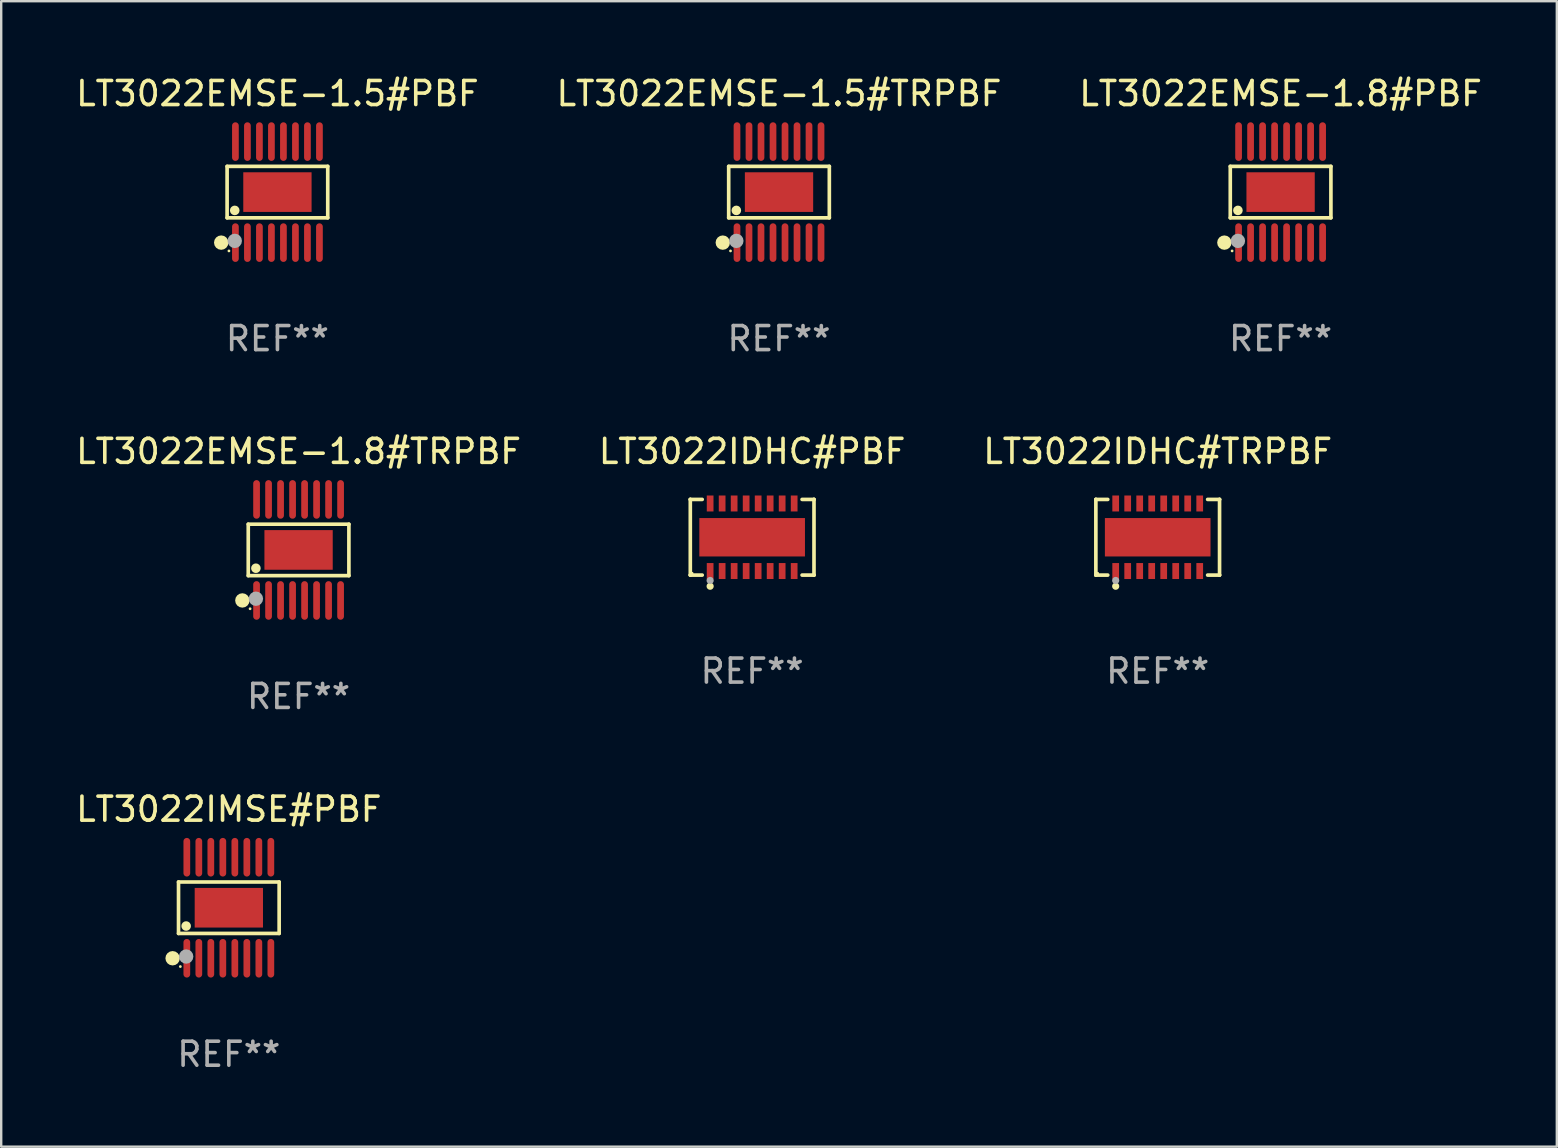
<source format=kicad_pcb>
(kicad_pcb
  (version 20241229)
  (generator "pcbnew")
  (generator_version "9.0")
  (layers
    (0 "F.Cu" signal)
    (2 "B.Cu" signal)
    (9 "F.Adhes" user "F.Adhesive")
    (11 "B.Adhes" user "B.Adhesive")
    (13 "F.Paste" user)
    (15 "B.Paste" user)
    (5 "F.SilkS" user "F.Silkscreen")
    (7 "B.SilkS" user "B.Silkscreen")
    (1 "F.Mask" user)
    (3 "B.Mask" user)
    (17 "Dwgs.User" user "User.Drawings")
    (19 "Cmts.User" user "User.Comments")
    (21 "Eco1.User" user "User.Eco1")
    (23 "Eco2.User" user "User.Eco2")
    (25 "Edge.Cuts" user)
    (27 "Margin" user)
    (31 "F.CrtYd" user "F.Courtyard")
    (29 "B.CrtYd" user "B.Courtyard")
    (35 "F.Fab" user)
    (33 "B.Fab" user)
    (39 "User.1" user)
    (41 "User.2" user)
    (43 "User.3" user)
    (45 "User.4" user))
  (footprint "LT3022EMSE-1.8#TRPBF"
    (layer "F.Cu")
    (at 9.387 19.857)
    (property "Reference" "LT3022EMSE-1.8#TRPBF" (at 0 -4.104 0) (layer "F.SilkS") (effects (font (size 1 1) (thickness 0.15))))
    (attr through_hole)
    (fp_line (start -2.096 -1.072) (end 2.096 -1.072) (stroke (width 0.152) (type solid)) (layer "F.SilkS"))
    (fp_line (start -2.096 1.071) (end -2.096 -1.072) (stroke (width 0.152) (type solid)) (layer "F.SilkS"))
    (fp_line (start 2.096 -1.072) (end 2.096 1.071) (stroke (width 0.152) (type solid)) (layer "F.SilkS"))
    (fp_line (start 2.096 1.071) (end -2.096 1.071) (stroke (width 0.152) (type solid)) (layer "F.SilkS"))
    (fp_circle (center -2.342 2.104) (end -2.192 2.104) (stroke (width 0.3) (type solid)) (fill no) (layer "F.SilkS"))
    (fp_circle (center -2.02 2.45) (end -1.99 2.45) (stroke (width 0.06) (type solid)) (fill no) (layer "F.SilkS"))
    (fp_circle (center -1.778 0.762) (end -1.678 0.762) (stroke (width 0.2) (type solid)) (fill no) (layer "F.SilkS"))
    (fp_circle (center -1.778 2.032) (end -1.628 2.032) (stroke (width 0.3) (type solid)) (fill no) (layer "F.Fab"))
    (fp_text user "REF**" (at 0 6.104 0) (layer "F.Fab") (effects (font (size 1 1) (thickness 0.15))))
    (pad "1" smd oval (at -1.75 2.104) (size 0.28 1.608) (layers "F.Cu" "F.Mask" "F.Paste"))
    (pad "2" smd oval (at -1.25 2.104) (size 0.28 1.608) (layers "F.Cu" "F.Mask" "F.Paste"))
    (pad "3" smd oval (at -0.75 2.104) (size 0.28 1.608) (layers "F.Cu" "F.Mask" "F.Paste"))
    (pad "4" smd oval (at -0.25 2.104) (size 0.28 1.608) (layers "F.Cu" "F.Mask" "F.Paste"))
    (pad "5" smd oval (at 0.25 2.104) (size 0.28 1.608) (layers "F.Cu" "F.Mask" "F.Paste"))
    (pad "6" smd oval (at 0.75 2.104) (size 0.28 1.608) (layers "F.Cu" "F.Mask" "F.Paste"))
    (pad "7" smd oval (at 1.25 2.104) (size 0.28 1.608) (layers "F.Cu" "F.Mask" "F.Paste"))
    (pad "8" smd oval (at 1.75 2.104) (size 0.28 1.608) (layers "F.Cu" "F.Mask" "F.Paste"))
    (pad "9" smd oval (at 1.75 -2.104) (size 0.28 1.608) (layers "F.Cu" "F.Mask" "F.Paste"))
    (pad "10" smd oval (at 1.25 -2.104) (size 0.28 1.608) (layers "F.Cu" "F.Mask" "F.Paste"))
    (pad "11" smd oval (at 0.75 -2.104) (size 0.28 1.608) (layers "F.Cu" "F.Mask" "F.Paste"))
    (pad "12" smd oval (at 0.25 -2.104) (size 0.28 1.608) (layers "F.Cu" "F.Mask" "F.Paste"))
    (pad "13" smd oval (at -0.25 -2.104) (size 0.28 1.608) (layers "F.Cu" "F.Mask" "F.Paste"))
    (pad "14" smd oval (at -0.75 -2.104) (size 0.28 1.608) (layers "F.Cu" "F.Mask" "F.Paste"))
    (pad "15" smd oval (at -1.25 -2.104) (size 0.28 1.608) (layers "F.Cu" "F.Mask" "F.Paste"))
    (pad "16" smd oval (at -1.75 -2.104) (size 0.28 1.608) (layers "F.Cu" "F.Mask" "F.Paste"))
    (pad "17" smd rect (at 0 -0.000127) (size 2.845 1.651) (layers "F.Cu" "F.Mask" "F.Paste")))
  (footprint "LT3022IDHC#PBF"
    (layer "F.Cu")
    (at 28.28 19.329)
    (property "Reference" "LT3022IDHC#PBF" (at 0 -3.576 0) (layer "F.SilkS") (effects (font (size 1 1) (thickness 0.15))))
    (attr through_hole)
    (fp_line (start -2.576 -1.576) (end -2.576 -1.576) (stroke (width 0.152) (type solid)) (layer "F.SilkS"))
    (fp_line (start -2.576 -1.576) (end -2.08 -1.576) (stroke (width 0.152) (type solid)) (layer "F.SilkS"))
    (fp_line (start -2.576 1.576) (end -2.576 -1.576) (stroke (width 0.152) (type solid)) (layer "F.SilkS"))
    (fp_line (start -2.576 1.576) (end -2.576 1.576) (stroke (width 0.152) (type solid)) (layer "F.SilkS"))
    (fp_line (start -2.08 1.576) (end -2.576 1.576) (stroke (width 0.152) (type solid)) (layer "F.SilkS"))
    (fp_line (start 2.08 1.576) (end 2.576 1.576) (stroke (width 0.152) (type solid)) (layer "F.SilkS"))
    (fp_line (start 2.576 -1.576) (end 2.08 -1.576) (stroke (width 0.152) (type solid)) (layer "F.SilkS"))
    (fp_line (start 2.576 -1.576) (end 2.576 -1.576) (stroke (width 0.152) (type solid)) (layer "F.SilkS"))
    (fp_line (start 2.576 1.576) (end 2.576 -1.576) (stroke (width 0.152) (type solid)) (layer "F.SilkS"))
    (fp_line (start 2.576 1.576) (end 2.576 1.576) (stroke (width 0.152) (type solid)) (layer "F.SilkS"))
    (fp_circle (center -2.5 1.5) (end -2.47 1.5) (stroke (width 0.06) (type solid)) (fill no) (layer "F.SilkS"))
    (fp_circle (center -1.75 2.04) (end -1.675 2.04) (stroke (width 0.15) (type solid)) (fill no) (layer "F.SilkS"))
    (fp_circle (center -1.75 1.8) (end -1.675 1.8) (stroke (width 0.15) (type solid)) (fill no) (layer "F.Fab"))
    (fp_text user "REF**" (at 0 5.576 0) (layer "F.Fab") (effects (font (size 1 1) (thickness 0.15))))
    (pad "1" smd rect (at -1.75 1.407) (size 0.28 0.665) (layers "F.Cu" "F.Mask" "F.Paste"))
    (pad "2" smd rect (at -1.25 1.407) (size 0.28 0.665) (layers "F.Cu" "F.Mask" "F.Paste"))
    (pad "3" smd rect (at -0.75 1.407) (size 0.28 0.665) (layers "F.Cu" "F.Mask" "F.Paste"))
    (pad "4" smd rect (at -0.25 1.407) (size 0.28 0.665) (layers "F.Cu" "F.Mask" "F.Paste"))
    (pad "5" smd rect (at 0.25 1.407) (size 0.28 0.665) (layers "F.Cu" "F.Mask" "F.Paste"))
    (pad "6" smd rect (at 0.75 1.407) (size 0.28 0.665) (layers "F.Cu" "F.Mask" "F.Paste"))
    (pad "7" smd rect (at 1.25 1.407) (size 0.28 0.665) (layers "F.Cu" "F.Mask" "F.Paste"))
    (pad "8" smd rect (at 1.75 1.407) (size 0.28 0.665) (layers "F.Cu" "F.Mask" "F.Paste"))
    (pad "9" smd rect (at 1.75 -1.407) (size 0.28 0.665) (layers "F.Cu" "F.Mask" "F.Paste"))
    (pad "10" smd rect (at 1.25 -1.407) (size 0.28 0.665) (layers "F.Cu" "F.Mask" "F.Paste"))
    (pad "11" smd rect (at 0.75 -1.407) (size 0.28 0.665) (layers "F.Cu" "F.Mask" "F.Paste"))
    (pad "12" smd rect (at 0.25 -1.407) (size 0.28 0.665) (layers "F.Cu" "F.Mask" "F.Paste"))
    (pad "13" smd rect (at -0.25 -1.407) (size 0.28 0.665) (layers "F.Cu" "F.Mask" "F.Paste"))
    (pad "14" smd rect (at -0.75 -1.407) (size 0.28 0.665) (layers "F.Cu" "F.Mask" "F.Paste"))
    (pad "15" smd rect (at -1.25 -1.407) (size 0.28 0.665) (layers "F.Cu" "F.Mask" "F.Paste"))
    (pad "16" smd rect (at -1.75 -1.407) (size 0.28 0.665) (layers "F.Cu" "F.Mask" "F.Paste"))
    (pad "17" smd rect (at 0 0) (size 4.4 1.6) (layers "F.Cu" "F.Mask" "F.Paste")))
  (footprint "LT3022IDHC#TRPBF"
    (layer "F.Cu")
    (at 45.173 19.329)
    (property "Reference" "LT3022IDHC#TRPBF" (at 0 -3.576 0) (layer "F.SilkS") (effects (font (size 1 1) (thickness 0.15))))
    (attr through_hole)
    (fp_line (start -2.576 -1.576) (end -2.576 -1.576) (stroke (width 0.152) (type solid)) (layer "F.SilkS"))
    (fp_line (start -2.576 -1.576) (end -2.08 -1.576) (stroke (width 0.152) (type solid)) (layer "F.SilkS"))
    (fp_line (start -2.576 1.576) (end -2.576 -1.576) (stroke (width 0.152) (type solid)) (layer "F.SilkS"))
    (fp_line (start -2.576 1.576) (end -2.576 1.576) (stroke (width 0.152) (type solid)) (layer "F.SilkS"))
    (fp_line (start -2.08 1.576) (end -2.576 1.576) (stroke (width 0.152) (type solid)) (layer "F.SilkS"))
    (fp_line (start 2.08 1.576) (end 2.576 1.576) (stroke (width 0.152) (type solid)) (layer "F.SilkS"))
    (fp_line (start 2.576 -1.576) (end 2.08 -1.576) (stroke (width 0.152) (type solid)) (layer "F.SilkS"))
    (fp_line (start 2.576 -1.576) (end 2.576 -1.576) (stroke (width 0.152) (type solid)) (layer "F.SilkS"))
    (fp_line (start 2.576 1.576) (end 2.576 -1.576) (stroke (width 0.152) (type solid)) (layer "F.SilkS"))
    (fp_line (start 2.576 1.576) (end 2.576 1.576) (stroke (width 0.152) (type solid)) (layer "F.SilkS"))
    (fp_circle (center -2.5 1.5) (end -2.47 1.5) (stroke (width 0.06) (type solid)) (fill no) (layer "F.SilkS"))
    (fp_circle (center -1.75 2.04) (end -1.675 2.04) (stroke (width 0.15) (type solid)) (fill no) (layer "F.SilkS"))
    (fp_circle (center -1.75 1.8) (end -1.675 1.8) (stroke (width 0.15) (type solid)) (fill no) (layer "F.Fab"))
    (fp_text user "REF**" (at 0 5.576 0) (layer "F.Fab") (effects (font (size 1 1) (thickness 0.15))))
    (pad "1" smd rect (at -1.75 1.407) (size 0.28 0.665) (layers "F.Cu" "F.Mask" "F.Paste"))
    (pad "2" smd rect (at -1.25 1.407) (size 0.28 0.665) (layers "F.Cu" "F.Mask" "F.Paste"))
    (pad "3" smd rect (at -0.75 1.407) (size 0.28 0.665) (layers "F.Cu" "F.Mask" "F.Paste"))
    (pad "4" smd rect (at -0.25 1.407) (size 0.28 0.665) (layers "F.Cu" "F.Mask" "F.Paste"))
    (pad "5" smd rect (at 0.25 1.407) (size 0.28 0.665) (layers "F.Cu" "F.Mask" "F.Paste"))
    (pad "6" smd rect (at 0.75 1.407) (size 0.28 0.665) (layers "F.Cu" "F.Mask" "F.Paste"))
    (pad "7" smd rect (at 1.25 1.407) (size 0.28 0.665) (layers "F.Cu" "F.Mask" "F.Paste"))
    (pad "8" smd rect (at 1.75 1.407) (size 0.28 0.665) (layers "F.Cu" "F.Mask" "F.Paste"))
    (pad "9" smd rect (at 1.75 -1.407) (size 0.28 0.665) (layers "F.Cu" "F.Mask" "F.Paste"))
    (pad "10" smd rect (at 1.25 -1.407) (size 0.28 0.665) (layers "F.Cu" "F.Mask" "F.Paste"))
    (pad "11" smd rect (at 0.75 -1.407) (size 0.28 0.665) (layers "F.Cu" "F.Mask" "F.Paste"))
    (pad "12" smd rect (at 0.25 -1.407) (size 0.28 0.665) (layers "F.Cu" "F.Mask" "F.Paste"))
    (pad "13" smd rect (at -0.25 -1.407) (size 0.28 0.665) (layers "F.Cu" "F.Mask" "F.Paste"))
    (pad "14" smd rect (at -0.75 -1.407) (size 0.28 0.665) (layers "F.Cu" "F.Mask" "F.Paste"))
    (pad "15" smd rect (at -1.25 -1.407) (size 0.28 0.665) (layers "F.Cu" "F.Mask" "F.Paste"))
    (pad "16" smd rect (at -1.75 -1.407) (size 0.28 0.665) (layers "F.Cu" "F.Mask" "F.Paste"))
    (pad "17" smd rect (at 0 0) (size 4.4 1.6) (layers "F.Cu" "F.Mask" "F.Paste")))
  (footprint "LT3022EMSE-1.5#TRPBF"
    (layer "F.Cu")
    (at 29.399 4.952)
    (property "Reference" "LT3022EMSE-1.5#TRPBF" (at 0 -4.104 0) (layer "F.SilkS") (effects (font (size 1 1) (thickness 0.15))))
    (attr through_hole)
    (fp_line (start -2.096 -1.072) (end 2.096 -1.072) (stroke (width 0.152) (type solid)) (layer "F.SilkS"))
    (fp_line (start -2.096 1.071) (end -2.096 -1.072) (stroke (width 0.152) (type solid)) (layer "F.SilkS"))
    (fp_line (start 2.096 -1.072) (end 2.096 1.071) (stroke (width 0.152) (type solid)) (layer "F.SilkS"))
    (fp_line (start 2.096 1.071) (end -2.096 1.071) (stroke (width 0.152) (type solid)) (layer "F.SilkS"))
    (fp_circle (center -2.342 2.104) (end -2.192 2.104) (stroke (width 0.3) (type solid)) (fill no) (layer "F.SilkS"))
    (fp_circle (center -2.02 2.45) (end -1.99 2.45) (stroke (width 0.06) (type solid)) (fill no) (layer "F.SilkS"))
    (fp_circle (center -1.778 0.762) (end -1.678 0.762) (stroke (width 0.2) (type solid)) (fill no) (layer "F.SilkS"))
    (fp_circle (center -1.778 2.032) (end -1.628 2.032) (stroke (width 0.3) (type solid)) (fill no) (layer "F.Fab"))
    (fp_text user "REF**" (at 0 6.104 0) (layer "F.Fab") (effects (font (size 1 1) (thickness 0.15))))
    (pad "1" smd oval (at -1.75 2.104) (size 0.28 1.608) (layers "F.Cu" "F.Mask" "F.Paste"))
    (pad "2" smd oval (at -1.25 2.104) (size 0.28 1.608) (layers "F.Cu" "F.Mask" "F.Paste"))
    (pad "3" smd oval (at -0.75 2.104) (size 0.28 1.608) (layers "F.Cu" "F.Mask" "F.Paste"))
    (pad "4" smd oval (at -0.25 2.104) (size 0.28 1.608) (layers "F.Cu" "F.Mask" "F.Paste"))
    (pad "5" smd oval (at 0.25 2.104) (size 0.28 1.608) (layers "F.Cu" "F.Mask" "F.Paste"))
    (pad "6" smd oval (at 0.75 2.104) (size 0.28 1.608) (layers "F.Cu" "F.Mask" "F.Paste"))
    (pad "7" smd oval (at 1.25 2.104) (size 0.28 1.608) (layers "F.Cu" "F.Mask" "F.Paste"))
    (pad "8" smd oval (at 1.75 2.104) (size 0.28 1.608) (layers "F.Cu" "F.Mask" "F.Paste"))
    (pad "9" smd oval (at 1.75 -2.104) (size 0.28 1.608) (layers "F.Cu" "F.Mask" "F.Paste"))
    (pad "10" smd oval (at 1.25 -2.104) (size 0.28 1.608) (layers "F.Cu" "F.Mask" "F.Paste"))
    (pad "11" smd oval (at 0.75 -2.104) (size 0.28 1.608) (layers "F.Cu" "F.Mask" "F.Paste"))
    (pad "12" smd oval (at 0.25 -2.104) (size 0.28 1.608) (layers "F.Cu" "F.Mask" "F.Paste"))
    (pad "13" smd oval (at -0.25 -2.104) (size 0.28 1.608) (layers "F.Cu" "F.Mask" "F.Paste"))
    (pad "14" smd oval (at -0.75 -2.104) (size 0.28 1.608) (layers "F.Cu" "F.Mask" "F.Paste"))
    (pad "15" smd oval (at -1.25 -2.104) (size 0.28 1.608) (layers "F.Cu" "F.Mask" "F.Paste"))
    (pad "16" smd oval (at -1.75 -2.104) (size 0.28 1.608) (layers "F.Cu" "F.Mask" "F.Paste"))
    (pad "17" smd rect (at 0 -0.000127) (size 2.845 1.651) (layers "F.Cu" "F.Mask" "F.Paste")))
  (footprint "LT3022IMSE#PBF"
    (layer "F.Cu")
    (at 6.482 34.761)
    (property "Reference" "LT3022IMSE#PBF" (at 0 -4.104 0) (layer "F.SilkS") (effects (font (size 1 1) (thickness 0.15))))
    (attr through_hole)
    (fp_line (start -2.096 -1.072) (end 2.096 -1.072) (stroke (width 0.152) (type solid)) (layer "F.SilkS"))
    (fp_line (start -2.096 1.071) (end -2.096 -1.072) (stroke (width 0.152) (type solid)) (layer "F.SilkS"))
    (fp_line (start 2.096 -1.072) (end 2.096 1.071) (stroke (width 0.152) (type solid)) (layer "F.SilkS"))
    (fp_line (start 2.096 1.071) (end -2.096 1.071) (stroke (width 0.152) (type solid)) (layer "F.SilkS"))
    (fp_circle (center -2.342 2.104) (end -2.192 2.104) (stroke (width 0.3) (type solid)) (fill no) (layer "F.SilkS"))
    (fp_circle (center -2.02 2.45) (end -1.99 2.45) (stroke (width 0.06) (type solid)) (fill no) (layer "F.SilkS"))
    (fp_circle (center -1.778 0.762) (end -1.678 0.762) (stroke (width 0.2) (type solid)) (fill no) (layer "F.SilkS"))
    (fp_circle (center -1.778 2.032) (end -1.628 2.032) (stroke (width 0.3) (type solid)) (fill no) (layer "F.Fab"))
    (fp_text user "REF**" (at 0 6.104 0) (layer "F.Fab") (effects (font (size 1 1) (thickness 0.15))))
    (pad "1" smd oval (at -1.75 2.104) (size 0.28 1.608) (layers "F.Cu" "F.Mask" "F.Paste"))
    (pad "2" smd oval (at -1.25 2.104) (size 0.28 1.608) (layers "F.Cu" "F.Mask" "F.Paste"))
    (pad "3" smd oval (at -0.75 2.104) (size 0.28 1.608) (layers "F.Cu" "F.Mask" "F.Paste"))
    (pad "4" smd oval (at -0.25 2.104) (size 0.28 1.608) (layers "F.Cu" "F.Mask" "F.Paste"))
    (pad "5" smd oval (at 0.25 2.104) (size 0.28 1.608) (layers "F.Cu" "F.Mask" "F.Paste"))
    (pad "6" smd oval (at 0.75 2.104) (size 0.28 1.608) (layers "F.Cu" "F.Mask" "F.Paste"))
    (pad "7" smd oval (at 1.25 2.104) (size 0.28 1.608) (layers "F.Cu" "F.Mask" "F.Paste"))
    (pad "8" smd oval (at 1.75 2.104) (size 0.28 1.608) (layers "F.Cu" "F.Mask" "F.Paste"))
    (pad "9" smd oval (at 1.75 -2.104) (size 0.28 1.608) (layers "F.Cu" "F.Mask" "F.Paste"))
    (pad "10" smd oval (at 1.25 -2.104) (size 0.28 1.608) (layers "F.Cu" "F.Mask" "F.Paste"))
    (pad "11" smd oval (at 0.75 -2.104) (size 0.28 1.608) (layers "F.Cu" "F.Mask" "F.Paste"))
    (pad "12" smd oval (at 0.25 -2.104) (size 0.28 1.608) (layers "F.Cu" "F.Mask" "F.Paste"))
    (pad "13" smd oval (at -0.25 -2.104) (size 0.28 1.608) (layers "F.Cu" "F.Mask" "F.Paste"))
    (pad "14" smd oval (at -0.75 -2.104) (size 0.28 1.608) (layers "F.Cu" "F.Mask" "F.Paste"))
    (pad "15" smd oval (at -1.25 -2.104) (size 0.28 1.608) (layers "F.Cu" "F.Mask" "F.Paste"))
    (pad "16" smd oval (at -1.75 -2.104) (size 0.28 1.608) (layers "F.Cu" "F.Mask" "F.Paste"))
    (pad "17" smd rect (at 0 -0.000127) (size 2.845 1.651) (layers "F.Cu" "F.Mask" "F.Paste")))
  (footprint "LT3022EMSE-1.5#PBF"
    (layer "F.Cu")
    (at 8.506 4.952)
    (property "Reference" "LT3022EMSE-1.5#PBF" (at 0 -4.104 0) (layer "F.SilkS") (effects (font (size 1 1) (thickness 0.15))))
    (attr through_hole)
    (fp_line (start -2.096 -1.072) (end 2.096 -1.072) (stroke (width 0.152) (type solid)) (layer "F.SilkS"))
    (fp_line (start -2.096 1.071) (end -2.096 -1.072) (stroke (width 0.152) (type solid)) (layer "F.SilkS"))
    (fp_line (start 2.096 -1.072) (end 2.096 1.071) (stroke (width 0.152) (type solid)) (layer "F.SilkS"))
    (fp_line (start 2.096 1.071) (end -2.096 1.071) (stroke (width 0.152) (type solid)) (layer "F.SilkS"))
    (fp_circle (center -2.342 2.104) (end -2.192 2.104) (stroke (width 0.3) (type solid)) (fill no) (layer "F.SilkS"))
    (fp_circle (center -2.02 2.45) (end -1.99 2.45) (stroke (width 0.06) (type solid)) (fill no) (layer "F.SilkS"))
    (fp_circle (center -1.778 0.762) (end -1.678 0.762) (stroke (width 0.2) (type solid)) (fill no) (layer "F.SilkS"))
    (fp_circle (center -1.778 2.032) (end -1.628 2.032) (stroke (width 0.3) (type solid)) (fill no) (layer "F.Fab"))
    (fp_text user "REF**" (at 0 6.104 0) (layer "F.Fab") (effects (font (size 1 1) (thickness 0.15))))
    (pad "1" smd oval (at -1.75 2.104) (size 0.28 1.608) (layers "F.Cu" "F.Mask" "F.Paste"))
    (pad "2" smd oval (at -1.25 2.104) (size 0.28 1.608) (layers "F.Cu" "F.Mask" "F.Paste"))
    (pad "3" smd oval (at -0.75 2.104) (size 0.28 1.608) (layers "F.Cu" "F.Mask" "F.Paste"))
    (pad "4" smd oval (at -0.25 2.104) (size 0.28 1.608) (layers "F.Cu" "F.Mask" "F.Paste"))
    (pad "5" smd oval (at 0.25 2.104) (size 0.28 1.608) (layers "F.Cu" "F.Mask" "F.Paste"))
    (pad "6" smd oval (at 0.75 2.104) (size 0.28 1.608) (layers "F.Cu" "F.Mask" "F.Paste"))
    (pad "7" smd oval (at 1.25 2.104) (size 0.28 1.608) (layers "F.Cu" "F.Mask" "F.Paste"))
    (pad "8" smd oval (at 1.75 2.104) (size 0.28 1.608) (layers "F.Cu" "F.Mask" "F.Paste"))
    (pad "9" smd oval (at 1.75 -2.104) (size 0.28 1.608) (layers "F.Cu" "F.Mask" "F.Paste"))
    (pad "10" smd oval (at 1.25 -2.104) (size 0.28 1.608) (layers "F.Cu" "F.Mask" "F.Paste"))
    (pad "11" smd oval (at 0.75 -2.104) (size 0.28 1.608) (layers "F.Cu" "F.Mask" "F.Paste"))
    (pad "12" smd oval (at 0.25 -2.104) (size 0.28 1.608) (layers "F.Cu" "F.Mask" "F.Paste"))
    (pad "13" smd oval (at -0.25 -2.104) (size 0.28 1.608) (layers "F.Cu" "F.Mask" "F.Paste"))
    (pad "14" smd oval (at -0.75 -2.104) (size 0.28 1.608) (layers "F.Cu" "F.Mask" "F.Paste"))
    (pad "15" smd oval (at -1.25 -2.104) (size 0.28 1.608) (layers "F.Cu" "F.Mask" "F.Paste"))
    (pad "16" smd oval (at -1.75 -2.104) (size 0.28 1.608) (layers "F.Cu" "F.Mask" "F.Paste"))
    (pad "17" smd rect (at 0 -0.000127) (size 2.845 1.651) (layers "F.Cu" "F.Mask" "F.Paste")))
  (footprint "LT3022EMSE-1.8#PBF"
    (layer "F.Cu")
    (at 50.292 4.952)
    (property "Reference" "LT3022EMSE-1.8#PBF" (at 0 -4.104 0) (layer "F.SilkS") (effects (font (size 1 1) (thickness 0.15))))
    (attr through_hole)
    (fp_line (start -2.096 -1.072) (end 2.096 -1.072) (stroke (width 0.152) (type solid)) (layer "F.SilkS"))
    (fp_line (start -2.096 1.071) (end -2.096 -1.072) (stroke (width 0.152) (type solid)) (layer "F.SilkS"))
    (fp_line (start 2.096 -1.072) (end 2.096 1.071) (stroke (width 0.152) (type solid)) (layer "F.SilkS"))
    (fp_line (start 2.096 1.071) (end -2.096 1.071) (stroke (width 0.152) (type solid)) (layer "F.SilkS"))
    (fp_circle (center -2.342 2.104) (end -2.192 2.104) (stroke (width 0.3) (type solid)) (fill no) (layer "F.SilkS"))
    (fp_circle (center -2.02 2.45) (end -1.99 2.45) (stroke (width 0.06) (type solid)) (fill no) (layer "F.SilkS"))
    (fp_circle (center -1.778 0.762) (end -1.678 0.762) (stroke (width 0.2) (type solid)) (fill no) (layer "F.SilkS"))
    (fp_circle (center -1.778 2.032) (end -1.628 2.032) (stroke (width 0.3) (type solid)) (fill no) (layer "F.Fab"))
    (fp_text user "REF**" (at 0 6.104 0) (layer "F.Fab") (effects (font (size 1 1) (thickness 0.15))))
    (pad "1" smd oval (at -1.75 2.104) (size 0.28 1.608) (layers "F.Cu" "F.Mask" "F.Paste"))
    (pad "2" smd oval (at -1.25 2.104) (size 0.28 1.608) (layers "F.Cu" "F.Mask" "F.Paste"))
    (pad "3" smd oval (at -0.75 2.104) (size 0.28 1.608) (layers "F.Cu" "F.Mask" "F.Paste"))
    (pad "4" smd oval (at -0.25 2.104) (size 0.28 1.608) (layers "F.Cu" "F.Mask" "F.Paste"))
    (pad "5" smd oval (at 0.25 2.104) (size 0.28 1.608) (layers "F.Cu" "F.Mask" "F.Paste"))
    (pad "6" smd oval (at 0.75 2.104) (size 0.28 1.608) (layers "F.Cu" "F.Mask" "F.Paste"))
    (pad "7" smd oval (at 1.25 2.104) (size 0.28 1.608) (layers "F.Cu" "F.Mask" "F.Paste"))
    (pad "8" smd oval (at 1.75 2.104) (size 0.28 1.608) (layers "F.Cu" "F.Mask" "F.Paste"))
    (pad "9" smd oval (at 1.75 -2.104) (size 0.28 1.608) (layers "F.Cu" "F.Mask" "F.Paste"))
    (pad "10" smd oval (at 1.25 -2.104) (size 0.28 1.608) (layers "F.Cu" "F.Mask" "F.Paste"))
    (pad "11" smd oval (at 0.75 -2.104) (size 0.28 1.608) (layers "F.Cu" "F.Mask" "F.Paste"))
    (pad "12" smd oval (at 0.25 -2.104) (size 0.28 1.608) (layers "F.Cu" "F.Mask" "F.Paste"))
    (pad "13" smd oval (at -0.25 -2.104) (size 0.28 1.608) (layers "F.Cu" "F.Mask" "F.Paste"))
    (pad "14" smd oval (at -0.75 -2.104) (size 0.28 1.608) (layers "F.Cu" "F.Mask" "F.Paste"))
    (pad "15" smd oval (at -1.25 -2.104) (size 0.28 1.608) (layers "F.Cu" "F.Mask" "F.Paste"))
    (pad "16" smd oval (at -1.75 -2.104) (size 0.28 1.608) (layers "F.Cu" "F.Mask" "F.Paste"))
    (pad "17" smd rect (at 0 -0.000127) (size 2.845 1.651) (layers "F.Cu" "F.Mask" "F.Paste")))
  (gr_rect
    (start -3 -3)
    (end 61.798 44.714)
    (stroke (width 0.1) (type default))
    (fill no)
    (layer "Edge.Cuts")))
</source>
